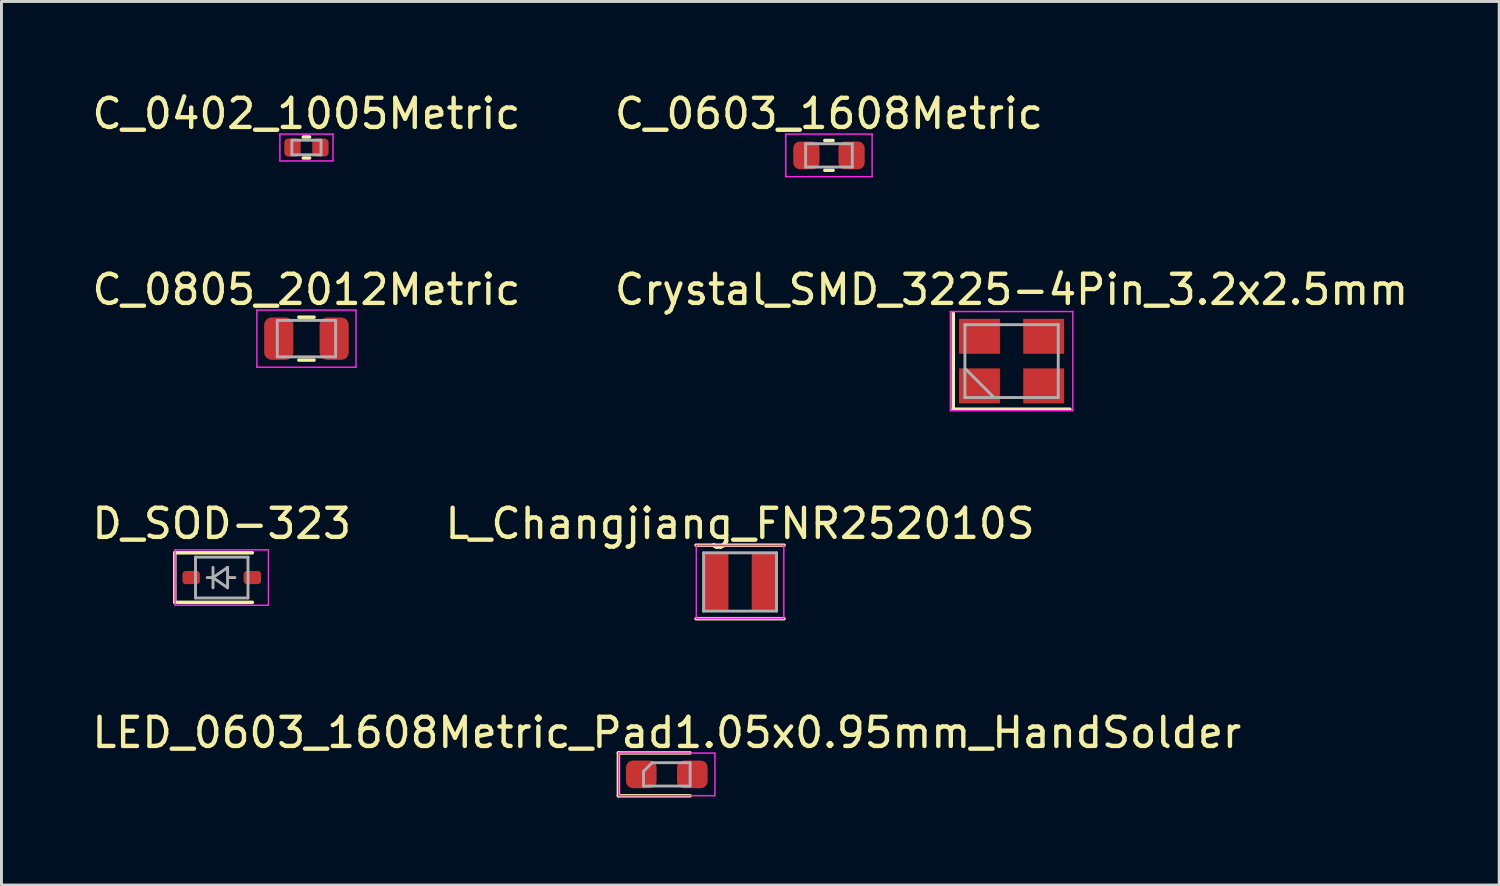
<source format=kicad_pcb>
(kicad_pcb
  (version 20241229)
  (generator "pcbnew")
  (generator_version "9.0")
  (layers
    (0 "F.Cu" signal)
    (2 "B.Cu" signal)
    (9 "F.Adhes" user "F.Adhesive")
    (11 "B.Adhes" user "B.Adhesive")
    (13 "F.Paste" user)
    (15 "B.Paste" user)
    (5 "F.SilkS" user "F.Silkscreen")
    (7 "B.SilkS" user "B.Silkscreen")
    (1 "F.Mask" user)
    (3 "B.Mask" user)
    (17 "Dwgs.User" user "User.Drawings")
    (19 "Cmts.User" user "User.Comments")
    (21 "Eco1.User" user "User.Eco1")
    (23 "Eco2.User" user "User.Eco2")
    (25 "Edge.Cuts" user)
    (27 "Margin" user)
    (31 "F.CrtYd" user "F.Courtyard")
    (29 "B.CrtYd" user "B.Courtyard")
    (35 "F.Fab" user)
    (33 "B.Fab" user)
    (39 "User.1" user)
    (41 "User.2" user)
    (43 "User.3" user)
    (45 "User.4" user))
  (footprint "C_0603_1608Metric"
    (layer "F.Cu")
    (at 25.375 2.278)
    (property "Reference" "C_0603_1608Metric" (at 0 -1.43 0) (layer "F.SilkS") (effects (font (size 1 1) (thickness 0.15))))
    (attr smd)
    (fp_line (start -0.141 -0.51) (end 0.141 -0.51) (stroke (width 0.12) (type solid)) (layer "F.SilkS"))
    (fp_line (start -0.141 0.51) (end 0.141 0.51) (stroke (width 0.12) (type solid)) (layer "F.SilkS"))
    (fp_line (start -1.48 -0.73) (end 1.48 -0.73) (stroke (width 0.05) (type solid)) (layer "F.CrtYd"))
    (fp_line (start -1.48 0.73) (end -1.48 -0.73) (stroke (width 0.05) (type solid)) (layer "F.CrtYd"))
    (fp_line (start 1.48 -0.73) (end 1.48 0.73) (stroke (width 0.05) (type solid)) (layer "F.CrtYd"))
    (fp_line (start 1.48 0.73) (end -1.48 0.73) (stroke (width 0.05) (type solid)) (layer "F.CrtYd"))
    (fp_line (start -0.8 -0.4) (end 0.8 -0.4) (stroke (width 0.1) (type solid)) (layer "F.Fab"))
    (fp_line (start -0.8 0.4) (end -0.8 -0.4) (stroke (width 0.1) (type solid)) (layer "F.Fab"))
    (fp_line (start 0.8 -0.4) (end 0.8 0.4) (stroke (width 0.1) (type solid)) (layer "F.Fab"))
    (fp_line (start 0.8 0.4) (end -0.8 0.4) (stroke (width 0.1) (type solid)) (layer "F.Fab"))
    (pad "1" smd roundrect (at -0.775 0 180) (size 0.9 0.95) (layers "F.Cu" "F.Mask" "F.Paste") (roundrect_rratio 0.25))
    (pad "2" smd roundrect (at 0.775 0 180) (size 0.9 0.95) (layers "F.Cu" "F.Mask" "F.Paste") (roundrect_rratio 0.25)))
  (footprint "C_0402_1005Metric"
    (layer "F.Cu")
    (at 7.458 2.008)
    (property "Reference" "C_0402_1005Metric" (at 0 -1.16 0) (layer "F.SilkS") (effects (font (size 1 1) (thickness 0.15))))
    (attr smd)
    (fp_line (start -0.108 -0.36) (end 0.108 -0.36) (stroke (width 0.12) (type solid)) (layer "F.SilkS"))
    (fp_line (start -0.108 0.36) (end 0.108 0.36) (stroke (width 0.12) (type solid)) (layer "F.SilkS"))
    (fp_line (start -0.91 -0.46) (end 0.91 -0.46) (stroke (width 0.05) (type solid)) (layer "F.CrtYd"))
    (fp_line (start -0.91 0.46) (end -0.91 -0.46) (stroke (width 0.05) (type solid)) (layer "F.CrtYd"))
    (fp_line (start 0.91 -0.46) (end 0.91 0.46) (stroke (width 0.05) (type solid)) (layer "F.CrtYd"))
    (fp_line (start 0.91 0.46) (end -0.91 0.46) (stroke (width 0.05) (type solid)) (layer "F.CrtYd"))
    (fp_line (start -0.5 -0.25) (end 0.5 -0.25) (stroke (width 0.1) (type solid)) (layer "F.Fab"))
    (fp_line (start -0.5 0.25) (end -0.5 -0.25) (stroke (width 0.1) (type solid)) (layer "F.Fab"))
    (fp_line (start 0.5 -0.25) (end 0.5 0.25) (stroke (width 0.1) (type solid)) (layer "F.Fab"))
    (fp_line (start 0.5 0.25) (end -0.5 0.25) (stroke (width 0.1) (type solid)) (layer "F.Fab"))
    (pad "1" smd roundrect (at -0.48 0 180) (size 0.56 0.62) (layers "F.Cu" "F.Mask" "F.Paste") (roundrect_rratio 0.25))
    (pad "2" smd roundrect (at 0.48 0 180) (size 0.56 0.62) (layers "F.Cu" "F.Mask" "F.Paste") (roundrect_rratio 0.25)))
  (footprint "Crystal_SMD_3225-4Pin_3.2x2.5mm"
    (layer "F.Cu")
    (at 31.637 9.332)
    (property "Reference" "Crystal_SMD_3225-4Pin_3.2x2.5mm" (at 0 -2.45 180) (layer "F.SilkS") (effects (font (size 1 1) (thickness 0.15))))
    (attr smd)
    (fp_line (start -2 -1.65) (end -2 1.65) (stroke (width 0.12) (type solid)) (layer "F.SilkS"))
    (fp_line (start -2 1.65) (end 2 1.65) (stroke (width 0.12) (type solid)) (layer "F.SilkS"))
    (fp_line (start -2.1 -1.7) (end -2.1 1.7) (stroke (width 0.05) (type solid)) (layer "F.CrtYd"))
    (fp_line (start -2.1 1.7) (end 2.1 1.7) (stroke (width 0.05) (type solid)) (layer "F.CrtYd"))
    (fp_line (start 2.1 -1.7) (end -2.1 -1.7) (stroke (width 0.05) (type solid)) (layer "F.CrtYd"))
    (fp_line (start 2.1 1.7) (end 2.1 -1.7) (stroke (width 0.05) (type solid)) (layer "F.CrtYd"))
    (fp_line (start -1.6 -1.25) (end -1.6 1.25) (stroke (width 0.1) (type solid)) (layer "F.Fab"))
    (fp_line (start -1.6 0.25) (end -0.6 1.25) (stroke (width 0.1) (type solid)) (layer "F.Fab"))
    (fp_line (start -1.6 1.25) (end 1.6 1.25) (stroke (width 0.1) (type solid)) (layer "F.Fab"))
    (fp_line (start 1.6 -1.25) (end -1.6 -1.25) (stroke (width 0.1) (type solid)) (layer "F.Fab"))
    (fp_line (start 1.6 1.25) (end 1.6 -1.25) (stroke (width 0.1) (type solid)) (layer "F.Fab"))
    (pad "1" smd rect (at -1.1 0.85) (size 1.4 1.2) (layers "F.Cu" "F.Mask" "F.Paste"))
    (pad "2" smd rect (at 1.1 0.85) (size 1.4 1.2) (layers "F.Cu" "F.Mask" "F.Paste"))
    (pad "3" smd rect (at 1.1 -0.85) (size 1.4 1.2) (layers "F.Cu" "F.Mask" "F.Paste"))
    (pad "4" smd rect (at -1.1 -0.85) (size 1.4 1.2) (layers "F.Cu" "F.Mask" "F.Paste")))
  (footprint "LED_0603_1608Metric_Pad1.05x0.95mm_HandSolder"
    (layer "F.Cu")
    (at 19.815 23.503)
    (property "Reference" "LED_0603_1608Metric_Pad1.05x0.95mm_HandSolder" (at 0 -1.43 0) (layer "F.SilkS") (effects (font (size 1 1) (thickness 0.15))))
    (attr smd)
    (fp_line (start -1.66 -0.735) (end -1.66 0.735) (stroke (width 0.12) (type solid)) (layer "F.SilkS"))
    (fp_line (start -1.66 0.735) (end 0.8 0.735) (stroke (width 0.12) (type solid)) (layer "F.SilkS"))
    (fp_line (start 0.8 -0.735) (end -1.66 -0.735) (stroke (width 0.12) (type solid)) (layer "F.SilkS"))
    (fp_line (start -1.65 -0.73) (end 1.65 -0.73) (stroke (width 0.05) (type solid)) (layer "F.CrtYd"))
    (fp_line (start -1.65 0.73) (end -1.65 -0.73) (stroke (width 0.05) (type solid)) (layer "F.CrtYd"))
    (fp_line (start 1.65 -0.73) (end 1.65 0.73) (stroke (width 0.05) (type solid)) (layer "F.CrtYd"))
    (fp_line (start 1.65 0.73) (end -1.65 0.73) (stroke (width 0.05) (type solid)) (layer "F.CrtYd"))
    (fp_line (start -0.8 -0.1) (end -0.8 0.4) (stroke (width 0.1) (type solid)) (layer "F.Fab"))
    (fp_line (start -0.8 0.4) (end 0.8 0.4) (stroke (width 0.1) (type solid)) (layer "F.Fab"))
    (fp_line (start -0.5 -0.4) (end -0.8 -0.1) (stroke (width 0.1) (type solid)) (layer "F.Fab"))
    (fp_line (start 0.8 -0.4) (end -0.5 -0.4) (stroke (width 0.1) (type solid)) (layer "F.Fab"))
    (fp_line (start 0.8 0.4) (end 0.8 -0.4) (stroke (width 0.1) (type solid)) (layer "F.Fab"))
    (pad "1" smd roundrect (at -0.875 0) (size 1.05 0.95) (layers "F.Cu" "F.Mask" "F.Paste") (roundrect_rratio 0.25))
    (pad "2" smd roundrect (at 0.875 0) (size 1.05 0.95) (layers "F.Cu" "F.Mask" "F.Paste") (roundrect_rratio 0.25)))
  (footprint "C_0805_2012Metric"
    (layer "F.Cu")
    (at 7.458 8.562)
    (property "Reference" "C_0805_2012Metric" (at 0 -1.68 0) (layer "F.SilkS") (effects (font (size 1 1) (thickness 0.15))))
    (attr smd)
    (fp_line (start -0.261 -0.735) (end 0.261 -0.735) (stroke (width 0.12) (type solid)) (layer "F.SilkS"))
    (fp_line (start -0.261 0.735) (end 0.261 0.735) (stroke (width 0.12) (type solid)) (layer "F.SilkS"))
    (fp_line (start -1.7 -0.98) (end 1.7 -0.98) (stroke (width 0.05) (type solid)) (layer "F.CrtYd"))
    (fp_line (start -1.7 0.98) (end -1.7 -0.98) (stroke (width 0.05) (type solid)) (layer "F.CrtYd"))
    (fp_line (start 1.7 -0.98) (end 1.7 0.98) (stroke (width 0.05) (type solid)) (layer "F.CrtYd"))
    (fp_line (start 1.7 0.98) (end -1.7 0.98) (stroke (width 0.05) (type solid)) (layer "F.CrtYd"))
    (fp_line (start -1 -0.625) (end 1 -0.625) (stroke (width 0.1) (type solid)) (layer "F.Fab"))
    (fp_line (start -1 0.625) (end -1 -0.625) (stroke (width 0.1) (type solid)) (layer "F.Fab"))
    (fp_line (start 1 -0.625) (end 1 0.625) (stroke (width 0.1) (type solid)) (layer "F.Fab"))
    (fp_line (start 1 0.625) (end -1 0.625) (stroke (width 0.1) (type solid)) (layer "F.Fab"))
    (pad "1" smd roundrect (at -0.95 0 180) (size 1 1.45) (layers "F.Cu" "F.Mask" "F.Paste") (roundrect_rratio 0.25))
    (pad "2" smd roundrect (at 0.95 0 180) (size 1 1.45) (layers "F.Cu" "F.Mask" "F.Paste") (roundrect_rratio 0.25)))
  (footprint "D_SOD-323"
    (layer "F.Cu")
    (at 4.554 16.755)
    (property "Reference" "D_SOD-323" (at 0 -1.85 0) (layer "F.SilkS") (effects (font (size 1 1) (thickness 0.15))))
    (attr smd)
    (fp_line (start -1.61 -0.85) (end -1.61 0.85) (stroke (width 0.12) (type solid)) (layer "F.SilkS"))
    (fp_line (start -1.61 -0.85) (end 1.05 -0.85) (stroke (width 0.12) (type solid)) (layer "F.SilkS"))
    (fp_line (start -1.61 0.85) (end 1.05 0.85) (stroke (width 0.12) (type solid)) (layer "F.SilkS"))
    (fp_line (start -1.6 -0.95) (end -1.6 0.95) (stroke (width 0.05) (type solid)) (layer "F.CrtYd"))
    (fp_line (start -1.6 -0.95) (end 1.6 -0.95) (stroke (width 0.05) (type solid)) (layer "F.CrtYd"))
    (fp_line (start -1.6 0.95) (end 1.6 0.95) (stroke (width 0.05) (type solid)) (layer "F.CrtYd"))
    (fp_line (start 1.6 -0.95) (end 1.6 0.95) (stroke (width 0.05) (type solid)) (layer "F.CrtYd"))
    (fp_line (start -0.9 -0.7) (end 0.9 -0.7) (stroke (width 0.1) (type solid)) (layer "F.Fab"))
    (fp_line (start -0.9 0.7) (end -0.9 -0.7) (stroke (width 0.1) (type solid)) (layer "F.Fab"))
    (fp_line (start -0.3 -0.35) (end -0.3 0.35) (stroke (width 0.1) (type solid)) (layer "F.Fab"))
    (fp_line (start -0.3 0) (end -0.5 0) (stroke (width 0.1) (type solid)) (layer "F.Fab"))
    (fp_line (start -0.3 0) (end 0.2 -0.35) (stroke (width 0.1) (type solid)) (layer "F.Fab"))
    (fp_line (start 0.2 -0.35) (end 0.2 0.35) (stroke (width 0.1) (type solid)) (layer "F.Fab"))
    (fp_line (start 0.2 0) (end 0.45 0) (stroke (width 0.1) (type solid)) (layer "F.Fab"))
    (fp_line (start 0.2 0.35) (end -0.3 0) (stroke (width 0.1) (type solid)) (layer "F.Fab"))
    (fp_line (start 0.9 -0.7) (end 0.9 0.7) (stroke (width 0.1) (type solid)) (layer "F.Fab"))
    (fp_line (start 0.9 0.7) (end -0.9 0.7) (stroke (width 0.1) (type solid)) (layer "F.Fab"))
    (pad "1" smd roundrect (at -1.05 0 180) (size 0.6 0.45) (layers "F.Cu" "F.Mask" "F.Paste") (roundrect_rratio 0.25))
    (pad "2" smd roundrect (at 1.05 0 180) (size 0.6 0.45) (layers "F.Cu" "F.Mask" "F.Paste") (roundrect_rratio 0.25)))
  (footprint "L_Changjiang_FNR252010S"
    (layer "F.Cu")
    (at 22.327 16.905)
    (property "Reference" "L_Changjiang_FNR252010S" (at 0 -2 0) (layer "F.SilkS") (effects (font (size 1 1) (thickness 0.15))))
    (attr smd)
    (fp_line (start -1.51 -1.26) (end 1.51 -1.26) (stroke (width 0.12) (type solid)) (layer "F.SilkS"))
    (fp_line (start -1.51 1.26) (end 1.51 1.26) (stroke (width 0.12) (type solid)) (layer "F.SilkS"))
    (fp_line (start -1.5 -1.25) (end -1.5 1.25) (stroke (width 0.05) (type solid)) (layer "F.CrtYd"))
    (fp_line (start -1.5 1.25) (end 1.5 1.25) (stroke (width 0.05) (type solid)) (layer "F.CrtYd"))
    (fp_line (start 1.5 -1.25) (end -1.5 -1.25) (stroke (width 0.05) (type solid)) (layer "F.CrtYd"))
    (fp_line (start 1.5 1.25) (end 1.5 -1.25) (stroke (width 0.05) (type solid)) (layer "F.CrtYd"))
    (fp_line (start -1.25 -1) (end -1.25 1) (stroke (width 0.1) (type solid)) (layer "F.Fab"))
    (fp_line (start -1.25 1) (end 1.25 1) (stroke (width 0.1) (type solid)) (layer "F.Fab"))
    (fp_line (start 1.25 -1) (end -1.25 -1) (stroke (width 0.1) (type solid)) (layer "F.Fab"))
    (fp_line (start 1.25 1) (end 1.25 -1) (stroke (width 0.1) (type solid)) (layer "F.Fab"))
    (pad "1" smd rect (at -0.825 0 180) (size 0.85 2) (layers "F.Cu" "F.Mask" "F.Paste"))
    (pad "2" smd rect (at 0.825 0 180) (size 0.85 2) (layers "F.Cu" "F.Mask" "F.Paste")))
  (gr_rect
    (start -3 -3)
    (end 48.357 27.298)
    (stroke (width 0.1) (type default))
    (fill no)
    (layer "Edge.Cuts")))
</source>
